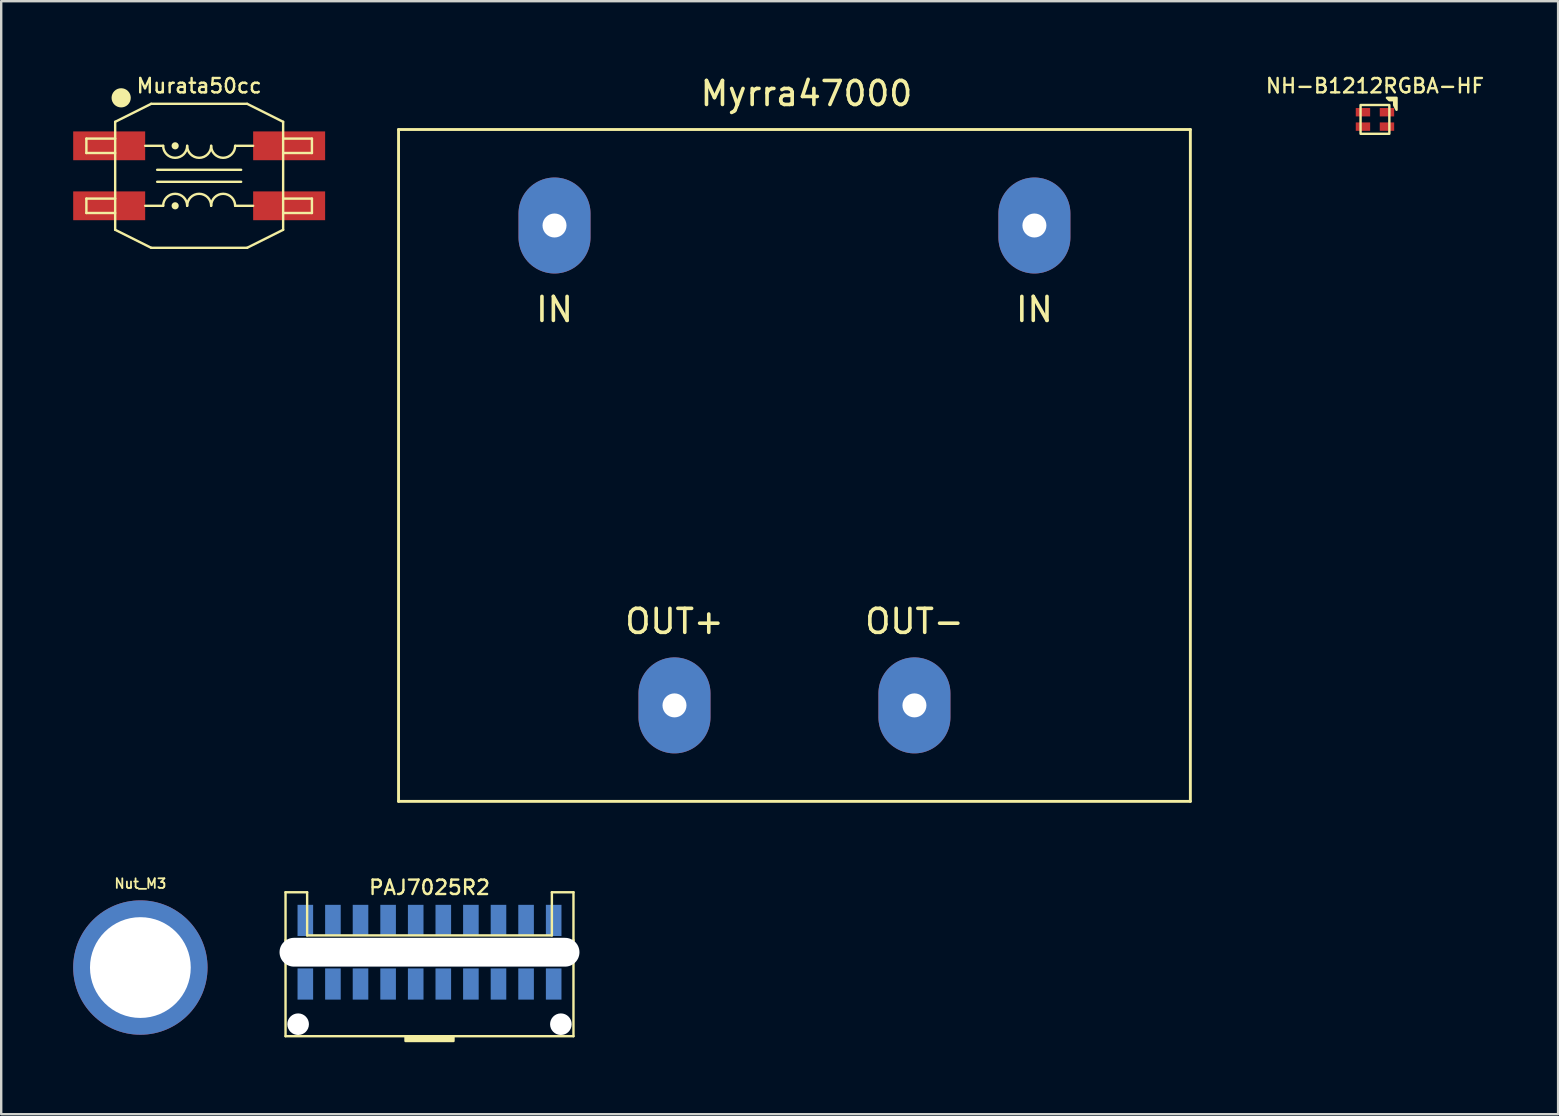
<source format=kicad_pcb>
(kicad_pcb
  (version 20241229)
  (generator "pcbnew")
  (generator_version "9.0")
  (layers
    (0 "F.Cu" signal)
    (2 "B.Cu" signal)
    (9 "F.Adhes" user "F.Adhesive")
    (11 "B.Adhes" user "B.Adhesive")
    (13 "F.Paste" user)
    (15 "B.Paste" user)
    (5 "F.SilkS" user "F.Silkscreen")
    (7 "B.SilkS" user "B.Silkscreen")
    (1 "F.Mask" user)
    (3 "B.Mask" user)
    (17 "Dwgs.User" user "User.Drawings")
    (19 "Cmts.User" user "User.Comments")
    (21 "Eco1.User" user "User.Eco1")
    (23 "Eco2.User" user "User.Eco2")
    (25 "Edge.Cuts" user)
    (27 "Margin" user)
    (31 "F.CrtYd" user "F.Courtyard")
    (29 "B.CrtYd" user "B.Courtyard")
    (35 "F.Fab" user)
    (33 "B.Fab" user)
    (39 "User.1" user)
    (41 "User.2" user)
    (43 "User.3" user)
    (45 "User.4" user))
  (footprint "Murata50cc"
    (layer "F.Cu")
    (at 5.25 4.277)
    (property "Reference" "Murata50cc" (at 0 -3.75 0) (unlocked yes) (layer "F.SilkS") (effects (font (size 0.6 0.6) (thickness 0.1))))
    (attr smd)
    (fp_line (start -4.7 -1.55) (end -4.7 -0.95) (stroke (width 0.1) (type solid)) (layer "F.SilkS"))
    (fp_line (start -4.7 -0.95) (end -3.5 -0.95) (stroke (width 0.1) (type solid)) (layer "F.SilkS"))
    (fp_line (start -4.7 0.95) (end -4.7 1.55) (stroke (width 0.1) (type solid)) (layer "F.SilkS"))
    (fp_line (start -4.7 1.55) (end -3.5 1.55) (stroke (width 0.1) (type solid)) (layer "F.SilkS"))
    (fp_line (start -3.5 -2.25) (end -3.5 2.25) (stroke (width 0.1) (type solid)) (layer "F.SilkS"))
    (fp_line (start -3.5 -2.25) (end -2 -3) (stroke (width 0.1) (type solid)) (layer "F.SilkS"))
    (fp_line (start -3.5 -1.55) (end -4.7 -1.55) (stroke (width 0.1) (type solid)) (layer "F.SilkS"))
    (fp_line (start -3.5 0.95) (end -4.7 0.95) (stroke (width 0.1) (type solid)) (layer "F.SilkS"))
    (fp_line (start -2 3) (end -3.5 2.25) (stroke (width 0.1) (type solid)) (layer "F.SilkS"))
    (fp_line (start -2 3) (end 2 3) (stroke (width 0.1) (type solid)) (layer "F.SilkS"))
    (fp_line (start -1.75 -0.25) (end 1.75 -0.25) (stroke (width 0.1) (type solid)) (layer "F.SilkS"))
    (fp_line (start -1.75 0.25) (end 1.75 0.25) (stroke (width 0.1) (type solid)) (layer "F.SilkS"))
    (fp_line (start -1.5 -1.25) (end -2.25 -1.25) (stroke (width 0.1) (type solid)) (layer "F.SilkS"))
    (fp_line (start -1.5 1.25) (end -2.25 1.25) (stroke (width 0.1) (type solid)) (layer "F.SilkS"))
    (fp_line (start 1.5 -1.25) (end 2.25 -1.25) (stroke (width 0.1) (type solid)) (layer "F.SilkS"))
    (fp_line (start 1.5 1.25) (end 2.25 1.25) (stroke (width 0.1) (type solid)) (layer "F.SilkS"))
    (fp_line (start 2 -3) (end -2 -3) (stroke (width 0.1) (type solid)) (layer "F.SilkS"))
    (fp_line (start 3.5 -2.25) (end 2 -3) (stroke (width 0.1) (type solid)) (layer "F.SilkS"))
    (fp_line (start 3.5 -0.95) (end 4.7 -0.95) (stroke (width 0.1) (type solid)) (layer "F.SilkS"))
    (fp_line (start 3.5 1.55) (end 4.7 1.55) (stroke (width 0.1) (type solid)) (layer "F.SilkS"))
    (fp_line (start 3.5 2.25) (end 2 3) (stroke (width 0.1) (type solid)) (layer "F.SilkS"))
    (fp_line (start 3.5 2.25) (end 3.5 -2.25) (stroke (width 0.1) (type solid)) (layer "F.SilkS"))
    (fp_line (start 4.7 -1.55) (end 3.5 -1.55) (stroke (width 0.1) (type solid)) (layer "F.SilkS"))
    (fp_line (start 4.7 -0.95) (end 4.7 -1.55) (stroke (width 0.1) (type solid)) (layer "F.SilkS"))
    (fp_line (start 4.7 0.95) (end 3.5 0.95) (stroke (width 0.1) (type solid)) (layer "F.SilkS"))
    (fp_line (start 4.7 1.55) (end 4.7 0.95) (stroke (width 0.1) (type solid)) (layer "F.SilkS"))
    (fp_arc (start -1.5 1.25) (mid -1 0.75) (end -0.5 1.25) (stroke (width 0.1) (type solid)) (layer "F.SilkS"))
    (fp_arc (start -0.5 -1.25) (mid -1 -0.75) (end -1.5 -1.25) (stroke (width 0.1) (type solid)) (layer "F.SilkS"))
    (fp_arc (start -0.5 1.25) (mid 0 0.75) (end 0.5 1.25) (stroke (width 0.1) (type solid)) (layer "F.SilkS"))
    (fp_arc (start 0.5 -1.25) (mid 0 -0.75) (end -0.5 -1.25) (stroke (width 0.1) (type solid)) (layer "F.SilkS"))
    (fp_arc (start 0.5 1.25) (mid 1 0.75) (end 1.5 1.25) (stroke (width 0.1) (type solid)) (layer "F.SilkS"))
    (fp_arc (start 1.5 -1.25) (mid 1 -0.75) (end 0.5 -1.25) (stroke (width 0.1) (type solid)) (layer "F.SilkS"))
    (fp_circle (center -3.25 -3.25) (end -2.9 -3.25) (stroke (width 0.1) (type solid)) (fill yes) (layer "F.SilkS"))
    (fp_circle (center -1 -1.25) (end -0.9 -1.25) (stroke (width 0.1) (type solid)) (fill yes) (layer "F.SilkS"))
    (fp_circle (center -1 1.25) (end -0.9 1.25) (stroke (width 0.1) (type solid)) (fill yes) (layer "F.SilkS"))
    (pad "1" smd rect (at -3.75 -1.25) (size 3 1.2) (layers "F.Cu" "F.Mask" "F.Paste"))
    (pad "2" smd rect (at -3.75 1.25) (size 3 1.2) (layers "F.Cu" "F.Mask" "F.Paste"))
    (pad "3" smd rect (at 3.75 1.25) (size 3 1.2) (layers "F.Cu" "F.Mask" "F.Paste"))
    (pad "4" smd rect (at 3.75 -1.25) (size 3 1.2) (layers "F.Cu" "F.Mask" "F.Paste")))
  (footprint "NH-B1212RGBA-HF"
    (layer "F.Cu")
    (at 54.253 1.927)
    (property "Reference" "NH-B1212RGBA-HF" (at 0 -1.4 0) (unlocked yes) (layer "F.SilkS") (effects (font (size 0.6 0.6) (thickness 0.1))))
    (attr smd)
    (fp_rect (start -0.6 -0.6) (end 0.6 0.6) (stroke (width 0.1) (type solid)) (fill no) (layer "F.SilkS"))
    (fp_poly (pts (xy 0.9 -0.4) (xy 0.8 -0.6) (xy 0.8 -0.8) (xy 0.6 -0.8) (xy 0.5 -0.9) (xy 0.9 -0.9)) (stroke (width 0.1) (type solid)) (fill yes) (layer "F.SilkS"))
    (pad "1" smd rect (at 0.5 0.3) (size 0.6 0.35) (layers "F.Cu" "F.Mask" "F.Paste"))
    (pad "2" smd rect (at 0.5 -0.3) (size 0.6 0.35) (layers "F.Cu" "F.Mask" "F.Paste"))
    (pad "3" smd rect (at -0.5 -0.3) (size 0.6 0.35) (layers "F.Cu" "F.Mask" "F.Paste"))
    (pad "4" smd rect (at -0.5 0.3) (size 0.6 0.35) (layers "F.Cu" "F.Mask" "F.Paste")))
  (footprint "Myrra47000"
    (layer "F.Cu")
    (at 30.06 16.348)
    (property "Reference" "Myrra47000" (at 0.5 -15.5 0) (unlocked yes) (layer "F.SilkS") (effects (font (size 1 1) (thickness 0.15))))
    (attr through_hole)
    (fp_line (start -16.5 -14) (end 16.5 -14) (stroke (width 0.12) (type solid)) (layer "F.SilkS"))
    (fp_line (start -16.5 14) (end -16.5 -14) (stroke (width 0.12) (type solid)) (layer "F.SilkS"))
    (fp_line (start 16.5 -14) (end 16.5 14) (stroke (width 0.12) (type solid)) (layer "F.SilkS"))
    (fp_line (start 16.5 14) (end -16.5 14) (stroke (width 0.12) (type solid)) (layer "F.SilkS"))
    (fp_text user "OUT+" (at -5 6.5 0) (unlocked yes) (layer "F.SilkS") (effects (font (size 1 1) (thickness 0.15))))
    (fp_text user "OUT-" (at 5 6.5 0) (unlocked yes) (layer "F.SilkS") (effects (font (size 1 1) (thickness 0.15))))
    (fp_text user "IN" (at -10 -6.5 0) (unlocked yes) (layer "F.SilkS") (effects (font (size 1 1) (thickness 0.15))))
    (fp_text user "IN" (at 10 -6.5 0) (unlocked yes) (layer "F.SilkS") (effects (font (size 1 1) (thickness 0.15))))
    (pad "1" thru_hole oval (at 10 -10) (size 3 4) (drill 1) (layers "*.Cu" "*.Mask"))
    (pad "5" thru_hole oval (at -10 -10) (size 3 4) (drill 1) (layers "*.Cu" "*.Mask"))
    (pad "7" thru_hole oval (at -5 10) (size 3 4) (drill 1) (layers "*.Cu" "*.Mask"))
    (pad "9" thru_hole oval (at 5 10) (size 3 4) (drill 1) (layers "*.Cu" "*.Mask")))
  (footprint "PAJ7025R2"
    (layer "F.Cu")
    (at 14.85 36.635)
    (property "Reference" "PAJ7025R2" (at 0 -2.7 0) (layer "F.SilkS") (effects (font (size 0.6 0.6) (thickness 0.1))))
    (attr smd)
    (fp_line (start -6 -2.5) (end -6 -0.5) (stroke (width 0.1) (type solid)) (layer "F.SilkS"))
    (fp_line (start -6 -0.5) (end -6 3.5) (stroke (width 0.1) (type solid)) (layer "F.SilkS"))
    (fp_line (start -5.1 -2.5) (end -6 -2.5) (stroke (width 0.1) (type solid)) (layer "F.SilkS"))
    (fp_line (start -5.1 -0.7) (end -5.1 -2.5) (stroke (width 0.1) (type solid)) (layer "F.SilkS"))
    (fp_line (start -5.1 -0.7) (end 5.1 -0.7) (stroke (width 0.1) (type solid)) (layer "F.SilkS"))
    (fp_line (start 5.1 -2.5) (end 5.1 -0.7) (stroke (width 0.1) (type solid)) (layer "F.SilkS"))
    (fp_line (start 6 -2.5) (end 5.1 -2.5) (stroke (width 0.1) (type solid)) (layer "F.SilkS"))
    (fp_line (start 6 -0.5) (end 6 -2.5) (stroke (width 0.1) (type solid)) (layer "F.SilkS"))
    (fp_line (start 6 -0.5) (end 6 3.5) (stroke (width 0.1) (type solid)) (layer "F.SilkS"))
    (fp_line (start 6 3.5) (end -6 3.5) (stroke (width 0.1) (type solid)) (layer "F.SilkS"))
    (fp_poly (pts (xy 1 3.7) (xy -1 3.7) (xy -1 3.5) (xy 1 3.5)) (stroke (width 0.1) (type solid)) (fill yes) (layer "F.SilkS"))
    (pad "" np_thru_hole circle (at -5.475 3) (size 0.9 0.9) (drill 0.9) (layers "*.Cu" "*.Mask"))
    (pad "" np_thru_hole oval (at 0 0) (size 12.5 1.2) (drill oval 12.5 1.2) (layers "*.Cu" "*.Mask"))
    (pad "" np_thru_hole circle (at 5.475 3) (size 0.9 0.9) (drill 0.9) (layers "*.Cu" "*.Mask"))
    (pad "1" smd rect (at 5.175 -1.325) (size 0.65 1.3) (layers "B.Cu" "B.Mask" "B.Paste"))
    (pad "2" smd rect (at 4.025 -1.325) (size 0.65 1.3) (layers "B.Cu" "B.Mask" "B.Paste"))
    (pad "3" smd rect (at 2.875 -1.325) (size 0.65 1.3) (layers "B.Cu" "B.Mask" "B.Paste"))
    (pad "4" smd rect (at 1.725 -1.325) (size 0.65 1.3) (layers "B.Cu" "B.Mask" "B.Paste"))
    (pad "5" smd rect (at 0.575 -1.325) (size 0.65 1.3) (layers "B.Cu" "B.Mask" "B.Paste"))
    (pad "6" smd rect (at -0.575 -1.325) (size 0.65 1.3) (layers "B.Cu" "B.Mask" "B.Paste"))
    (pad "7" smd rect (at -1.725 -1.325) (size 0.65 1.3) (layers "B.Cu" "B.Mask" "B.Paste"))
    (pad "8" smd rect (at -2.875 -1.325) (size 0.65 1.3) (layers "B.Cu" "B.Mask" "B.Paste"))
    (pad "9" smd rect (at -4.025 -1.325) (size 0.65 1.3) (layers "B.Cu" "B.Mask" "B.Paste"))
    (pad "10" smd rect (at -5.175 -1.325) (size 0.65 1.3) (layers "B.Cu" "B.Mask" "B.Paste"))
    (pad "11" smd rect (at -5.175 1.325) (size 0.65 1.3) (layers "B.Cu" "B.Mask" "B.Paste"))
    (pad "12" smd rect (at -4.025 1.325) (size 0.65 1.3) (layers "B.Cu" "B.Mask" "B.Paste"))
    (pad "13" smd rect (at -2.875 1.325) (size 0.65 1.3) (layers "B.Cu" "B.Mask" "B.Paste"))
    (pad "14" smd rect (at -1.725 1.325) (size 0.65 1.3) (layers "B.Cu" "B.Mask" "B.Paste"))
    (pad "15" smd rect (at -0.575 1.325) (size 0.65 1.3) (layers "B.Cu" "B.Mask" "B.Paste"))
    (pad "16" smd rect (at 0.575 1.325) (size 0.65 1.3) (layers "B.Cu" "B.Mask" "B.Paste"))
    (pad "17" smd rect (at 1.725 1.325) (size 0.65 1.3) (layers "B.Cu" "B.Mask" "B.Paste"))
    (pad "18" smd rect (at 2.875 1.325) (size 0.65 1.3) (layers "B.Cu" "B.Mask" "B.Paste"))
    (pad "19" smd rect (at 4.025 1.325) (size 0.65 1.3) (layers "B.Cu" "B.Mask" "B.Paste"))
    (pad "20" smd rect (at 5.175 1.325) (size 0.65 1.3) (layers "B.Cu" "B.Mask" "B.Paste")))
  (footprint "Nut_M3"
    (layer "F.Cu")
    (at 2.8 37.274)
    (property "Reference" "Nut_M3" (at 0 -3.5 0) (unlocked yes) (layer "F.SilkS") (effects (font (size 0.4 0.4) (thickness 0.075))))
    (fp_arc (start -2.45 0) (mid -2.440203 -0.218881) (end -2.410891 -0.436012) (stroke (width 0.7) (type default)) (layer "F.Paste"))
    (fp_arc (start -2.121762 -1.225) (mid -2.003837 -1.409659) (end -1.869886 -1.583043) (stroke (width 0.7) (type default)) (layer "F.Paste"))
    (fp_arc (start -2.121762 1.225) (mid -2.222718 1.030545) (end -2.305898 0.827848) (stroke (width 0.7) (type default)) (layer "F.Paste"))
    (fp_arc (start -1.225 -2.121762) (mid -1.030545 -2.222718) (end -0.827848 -2.305898) (stroke (width 0.7) (type default)) (layer "F.Paste"))
    (fp_arc (start -1.225 2.121762) (mid -1.409659 2.003837) (end -1.583043 1.869886) (stroke (width 0.7) (type default)) (layer "F.Paste"))
    (fp_arc (start 0 -2.45) (mid 0.218881 -2.440203) (end 0.436012 -2.410891) (stroke (width 0.7) (type default)) (layer "F.Paste"))
    (fp_arc (start 0 2.45) (mid -0.218881 2.440203) (end -0.436012 2.410891) (stroke (width 0.7) (type default)) (layer "F.Paste"))
    (fp_arc (start 1.225 -2.121762) (mid 1.409659 -2.003837) (end 1.583043 -1.869886) (stroke (width 0.7) (type default)) (layer "F.Paste"))
    (fp_arc (start 1.225 2.121762) (mid 1.030545 2.222718) (end 0.827848 2.305898) (stroke (width 0.7) (type default)) (layer "F.Paste"))
    (fp_arc (start 2.121762 -1.225) (mid 2.222718 -1.030545) (end 2.305898 -0.827848) (stroke (width 0.7) (type default)) (layer "F.Paste"))
    (fp_arc (start 2.121762 1.225) (mid 2.003837 1.409659) (end 1.869886 1.583043) (stroke (width 0.7) (type default)) (layer "F.Paste"))
    (fp_arc (start 2.45 0) (mid 2.440203 0.218881) (end 2.410891 0.436012) (stroke (width 0.7) (type default)) (layer "F.Paste"))
    (pad "1" thru_hole circle (at 0 0) (size 5.6 5.6) (drill 4.2) (layers "*.Cu" "*.Mask")))
  (gr_rect
    (start -3 -3)
    (end 61.886 43.385)
    (stroke (width 0.1) (type default))
    (fill no)
    (layer "Edge.Cuts")))
</source>
